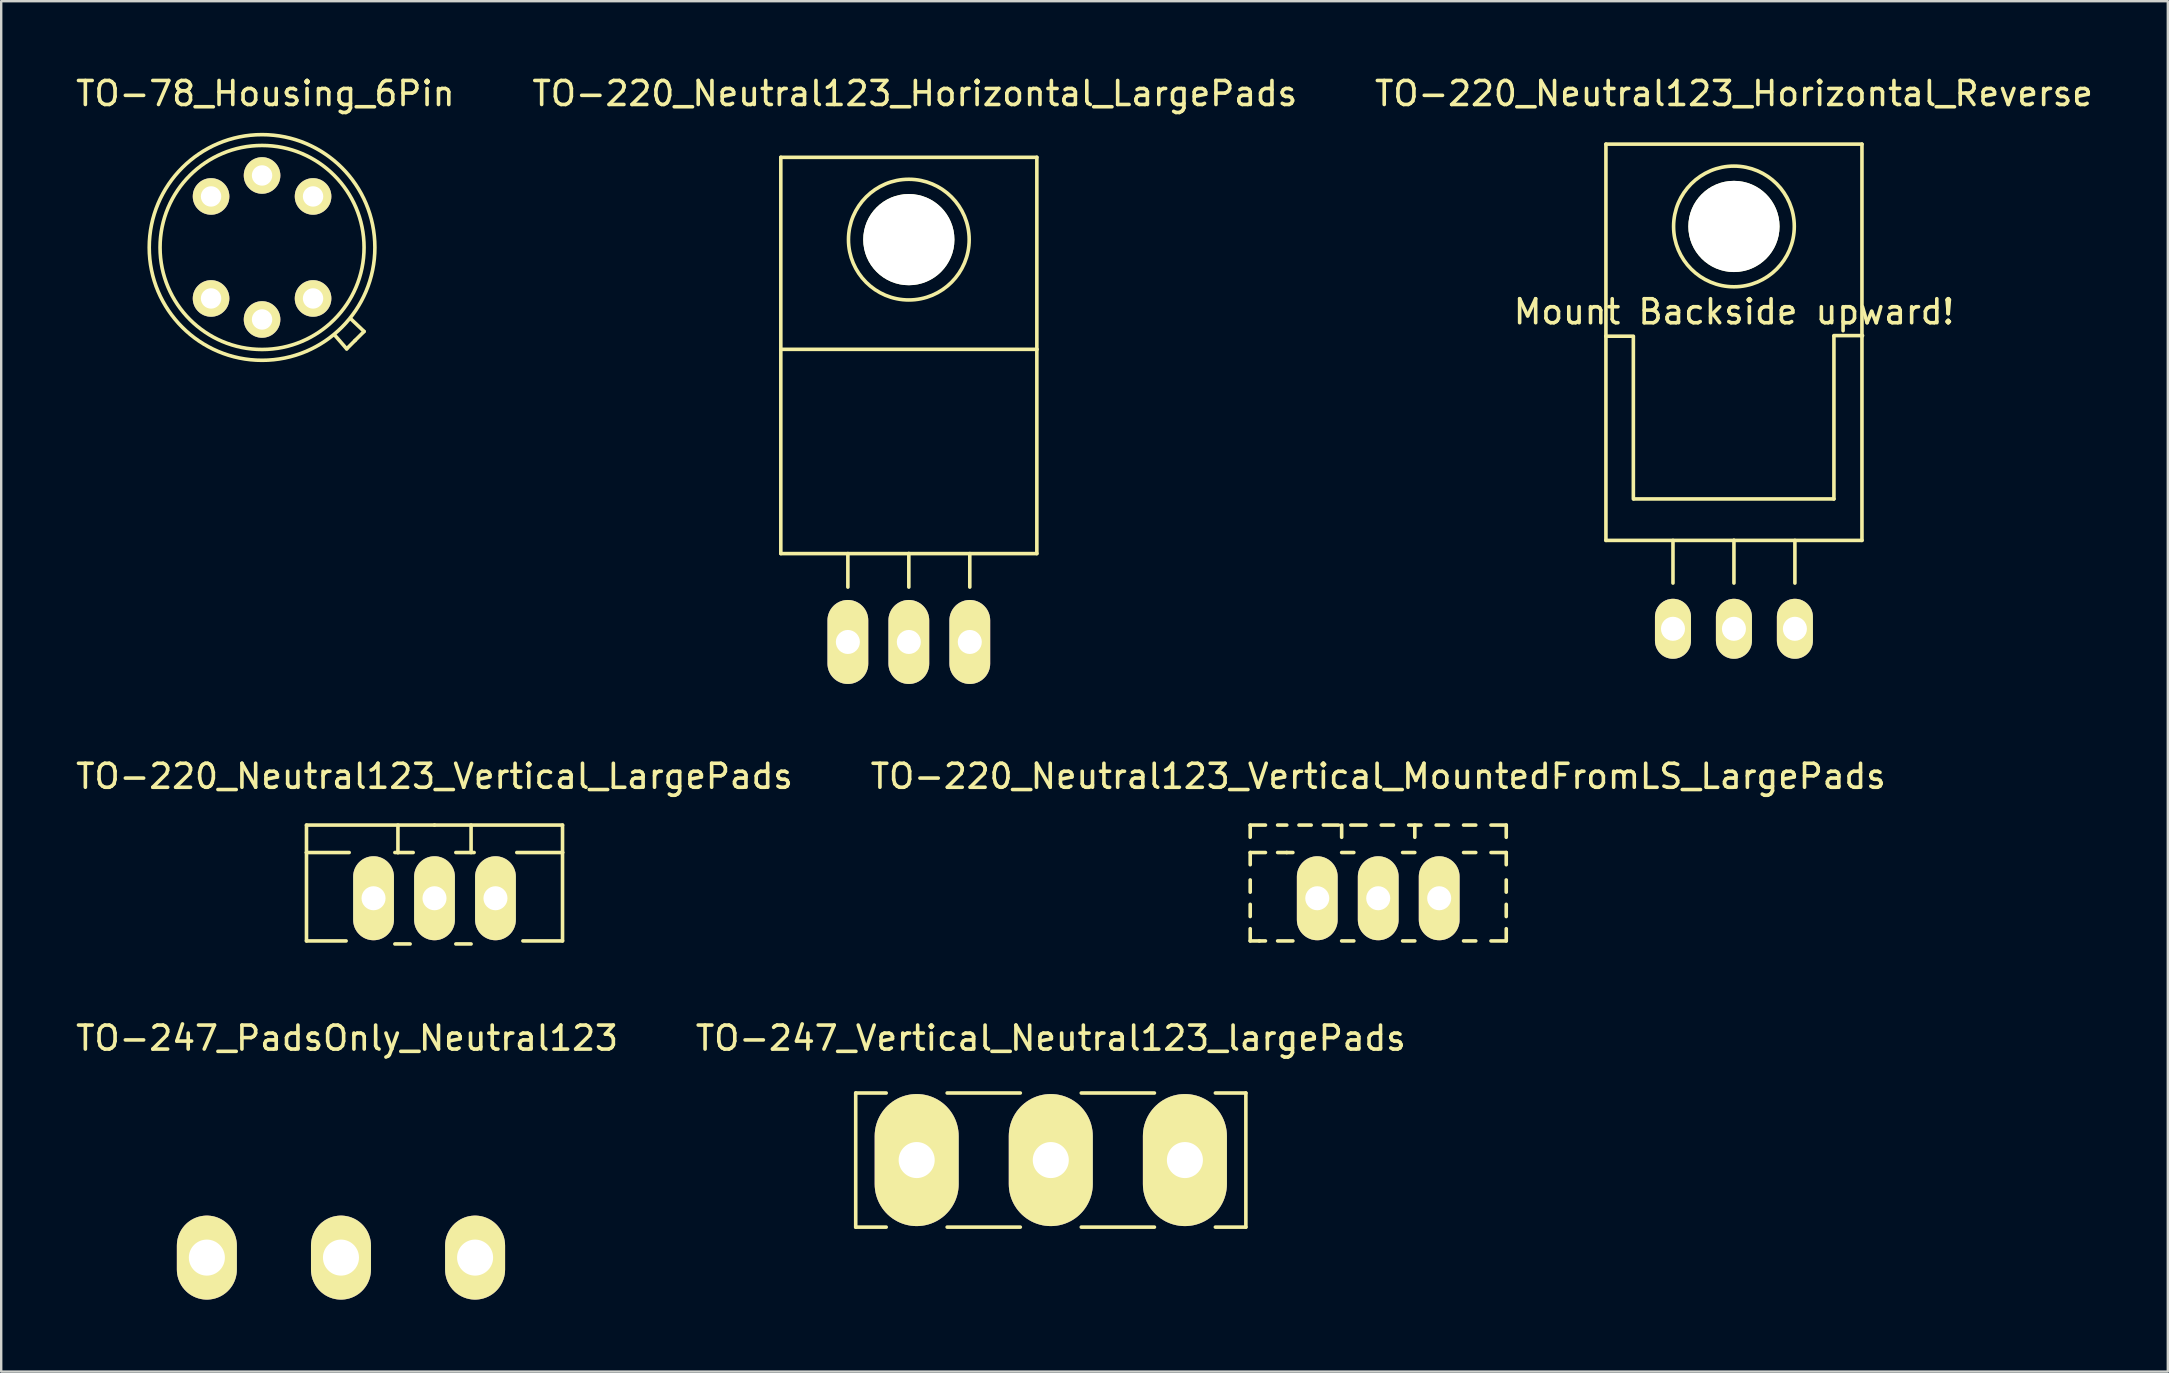
<source format=kicad_pcb>
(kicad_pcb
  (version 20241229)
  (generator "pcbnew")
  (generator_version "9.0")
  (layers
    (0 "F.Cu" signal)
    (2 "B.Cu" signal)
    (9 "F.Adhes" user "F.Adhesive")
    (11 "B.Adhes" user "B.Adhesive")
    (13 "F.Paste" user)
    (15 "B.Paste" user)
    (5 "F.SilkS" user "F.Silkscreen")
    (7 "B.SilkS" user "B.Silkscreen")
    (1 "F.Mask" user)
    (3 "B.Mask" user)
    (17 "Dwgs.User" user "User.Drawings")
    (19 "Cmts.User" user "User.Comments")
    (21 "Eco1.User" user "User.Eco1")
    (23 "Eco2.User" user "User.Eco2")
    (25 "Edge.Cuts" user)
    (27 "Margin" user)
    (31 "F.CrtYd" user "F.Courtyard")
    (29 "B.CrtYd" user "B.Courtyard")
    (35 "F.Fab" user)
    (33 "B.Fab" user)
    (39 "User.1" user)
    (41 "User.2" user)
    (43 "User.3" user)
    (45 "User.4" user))
  (footprint "TO-247_Vertical_Neutral123_largePads"
    (layer "F.Cu")
    (at 40.732 45.285)
    (property "Reference" "TO-247_Vertical_Neutral123_largePads" (at 0 -5.08 0) (layer "F.SilkS") (effects (font (size 1 1) (thickness 0.15))))
    (attr through_hole)
    (fp_line (start -8.128 -2.794) (end -8.128 2.794) (stroke (width 0.15) (type solid)) (layer "F.SilkS"))
    (fp_line (start -6.858 -2.794) (end -8.128 -2.794) (stroke (width 0.15) (type solid)) (layer "F.SilkS"))
    (fp_line (start -6.858 2.794) (end -8.128 2.794) (stroke (width 0.15) (type solid)) (layer "F.SilkS"))
    (fp_line (start -4.318 -2.794) (end -1.27 -2.794) (stroke (width 0.15) (type solid)) (layer "F.SilkS"))
    (fp_line (start -4.318 2.794) (end -1.27 2.794) (stroke (width 0.15) (type solid)) (layer "F.SilkS"))
    (fp_line (start 1.27 -2.794) (end 4.318 -2.794) (stroke (width 0.15) (type solid)) (layer "F.SilkS"))
    (fp_line (start 1.27 2.794) (end 4.318 2.794) (stroke (width 0.15) (type solid)) (layer "F.SilkS"))
    (fp_line (start 6.858 -2.794) (end 8.128 -2.794) (stroke (width 0.15) (type solid)) (layer "F.SilkS"))
    (fp_line (start 6.858 2.794) (end 8.128 2.794) (stroke (width 0.15) (type solid)) (layer "F.SilkS"))
    (fp_line (start 8.128 2.794) (end 8.128 -2.794) (stroke (width 0.15) (type solid)) (layer "F.SilkS"))
    (pad "1" thru_hole oval (at -5.588 0 90) (size 5.502 3.5) (drill 1.501) (layers "*.Cu" "*.Mask" "F.SilkS"))
    (pad "2" thru_hole oval (at 0 0 90) (size 5.502 3.5) (drill 1.501) (layers "*.Cu" "*.Mask" "F.SilkS"))
    (pad "3" thru_hole oval (at 5.588 0 90) (size 5.502 3.5) (drill 1.501) (layers "*.Cu" "*.Mask" "F.SilkS")))
  (footprint "TO-247_PadsOnly_Neutral123"
    (layer "F.Cu")
    (at 11.157 49.349)
    (property "Reference" "TO-247_PadsOnly_Neutral123" (at 0.254 -9.144 0) (layer "F.SilkS") (effects (font (size 1 1) (thickness 0.15))))
    (attr through_hole)
    (pad "1" thru_hole oval (at -5.588 0 90) (size 3.5 2.499) (drill 1.501) (layers "*.Cu" "*.Mask" "F.SilkS"))
    (pad "2" thru_hole oval (at 0 0 90) (size 3.5 2.499) (drill 1.501) (layers "*.Cu" "*.Mask" "F.SilkS"))
    (pad "3" thru_hole oval (at 5.588 0 90) (size 3.5 2.499) (drill 1.501) (layers "*.Cu" "*.Mask" "F.SilkS")))
  (footprint "TO-220_Neutral123_Vertical_MountedFromLS_LargePads"
    (layer "F.Cu")
    (at 54.375 34.376)
    (property "Reference" "TO-220_Neutral123_Vertical_MountedFromLS_LargePads" (at 0 -5.08 0) (layer "F.SilkS") (effects (font (size 1 1) (thickness 0.15))))
    (attr through_hole)
    (fp_line (start -5.334 -3.048) (end -4.699 -3.048) (stroke (width 0.15) (type solid)) (layer "F.SilkS"))
    (fp_line (start -5.334 -2.54) (end -5.334 -3.048) (stroke (width 0.15) (type solid)) (layer "F.SilkS"))
    (fp_line (start -5.334 -1.397) (end -5.334 -1.905) (stroke (width 0.15) (type solid)) (layer "F.SilkS"))
    (fp_line (start -5.334 -0.254) (end -5.334 -0.762) (stroke (width 0.15) (type solid)) (layer "F.SilkS"))
    (fp_line (start -5.334 0.762) (end -5.334 0.254) (stroke (width 0.15) (type solid)) (layer "F.SilkS"))
    (fp_line (start -5.334 1.778) (end -5.334 1.27) (stroke (width 0.15) (type solid)) (layer "F.SilkS"))
    (fp_line (start -5.334 1.778) (end -4.953 1.778) (stroke (width 0.15) (type solid)) (layer "F.SilkS"))
    (fp_line (start -4.953 1.778) (end -4.699 1.778) (stroke (width 0.15) (type solid)) (layer "F.SilkS"))
    (fp_line (start -4.699 -1.905) (end -5.334 -1.905) (stroke (width 0.15) (type solid)) (layer "F.SilkS"))
    (fp_line (start -4.191 -3.048) (end -3.81 -3.048) (stroke (width 0.15) (type solid)) (layer "F.SilkS"))
    (fp_line (start -3.81 -1.905) (end -4.191 -1.905) (stroke (width 0.15) (type solid)) (layer "F.SilkS"))
    (fp_line (start -3.81 -1.905) (end -3.556 -1.905) (stroke (width 0.15) (type solid)) (layer "F.SilkS"))
    (fp_line (start -3.556 1.778) (end -4.191 1.778) (stroke (width 0.15) (type solid)) (layer "F.SilkS"))
    (fp_line (start -3.302 -3.048) (end -2.794 -3.048) (stroke (width 0.15) (type solid)) (layer "F.SilkS"))
    (fp_line (start -2.286 -3.048) (end -1.651 -3.048) (stroke (width 0.15) (type solid)) (layer "F.SilkS"))
    (fp_line (start -1.524 -3.048) (end -1.524 -2.54) (stroke (width 0.15) (type solid)) (layer "F.SilkS"))
    (fp_line (start -1.524 -1.905) (end -1.016 -1.905) (stroke (width 0.15) (type solid)) (layer "F.SilkS"))
    (fp_line (start -1.143 -3.048) (end -0.508 -3.048) (stroke (width 0.15) (type solid)) (layer "F.SilkS"))
    (fp_line (start -1.016 1.778) (end -1.524 1.778) (stroke (width 0.15) (type solid)) (layer "F.SilkS"))
    (fp_line (start 0.127 -3.048) (end 0.635 -3.048) (stroke (width 0.15) (type solid)) (layer "F.SilkS"))
    (fp_line (start 1.016 -1.905) (end 1.524 -1.905) (stroke (width 0.15) (type solid)) (layer "F.SilkS"))
    (fp_line (start 1.27 -3.048) (end 1.778 -3.048) (stroke (width 0.15) (type solid)) (layer "F.SilkS"))
    (fp_line (start 1.524 -3.048) (end 1.524 -2.54) (stroke (width 0.15) (type solid)) (layer "F.SilkS"))
    (fp_line (start 1.524 1.778) (end 1.016 1.778) (stroke (width 0.15) (type solid)) (layer "F.SilkS"))
    (fp_line (start 2.413 -3.048) (end 2.921 -3.048) (stroke (width 0.15) (type solid)) (layer "F.SilkS"))
    (fp_line (start 3.556 -3.048) (end 4.064 -3.048) (stroke (width 0.15) (type solid)) (layer "F.SilkS"))
    (fp_line (start 3.556 -1.905) (end 4.064 -1.905) (stroke (width 0.15) (type solid)) (layer "F.SilkS"))
    (fp_line (start 3.556 1.778) (end 4.064 1.778) (stroke (width 0.15) (type solid)) (layer "F.SilkS"))
    (fp_line (start 4.699 -3.048) (end 5.334 -3.048) (stroke (width 0.15) (type solid)) (layer "F.SilkS"))
    (fp_line (start 4.699 -1.905) (end 5.334 -1.905) (stroke (width 0.15) (type solid)) (layer "F.SilkS"))
    (fp_line (start 4.699 1.778) (end 5.334 1.778) (stroke (width 0.15) (type solid)) (layer "F.SilkS"))
    (fp_line (start 5.334 -3.048) (end 5.334 -2.54) (stroke (width 0.15) (type solid)) (layer "F.SilkS"))
    (fp_line (start 5.334 -1.905) (end 5.334 -1.397) (stroke (width 0.15) (type solid)) (layer "F.SilkS"))
    (fp_line (start 5.334 -0.762) (end 5.334 -0.254) (stroke (width 0.15) (type solid)) (layer "F.SilkS"))
    (fp_line (start 5.334 0.254) (end 5.334 0.762) (stroke (width 0.15) (type solid)) (layer "F.SilkS"))
    (fp_line (start 5.334 1.27) (end 5.334 1.778) (stroke (width 0.15) (type solid)) (layer "F.SilkS"))
    (pad "1" thru_hole oval (at 2.54 0 90) (size 3.5 1.699) (drill 1.001) (layers "*.Cu" "*.Mask" "F.SilkS"))
    (pad "2" thru_hole oval (at 0 0 90) (size 3.5 1.699) (drill 1.001) (layers "*.Cu" "*.Mask" "F.SilkS"))
    (pad "3" thru_hole oval (at -2.54 0 90) (size 3.5 1.699) (drill 1.001) (layers "*.Cu" "*.Mask" "F.SilkS")))
  (footprint "TO-78_Housing_6Pin"
    (layer "F.Cu")
    (at 7.856 7.323)
    (property "Reference" "TO-78_Housing_6Pin" (at 0.15 -6.475 0) (layer "F.SilkS") (effects (font (size 1 1) (thickness 0.15))))
    (attr through_hole)
    (fp_line (start 3.538 4.162) (end 3.038 3.587) (stroke (width 0.15) (type solid)) (layer "F.SilkS"))
    (fp_line (start 3.888 3.812) (end 3.538 4.162) (stroke (width 0.15) (type solid)) (layer "F.SilkS"))
    (fp_line (start 3.888 3.812) (end 4.263 3.438) (stroke (width 0.15) (type solid)) (layer "F.SilkS"))
    (fp_line (start 4.263 3.438) (end 3.712 2.913) (stroke (width 0.15) (type solid)) (layer "F.SilkS"))
    (fp_circle (center 0.013 -0.062) (end 0.013 -4.763) (stroke (width 0.15) (type solid)) (fill no) (layer "F.SilkS"))
    (fp_circle (center 0.013 -0.062) (end 0.013 -4.312) (stroke (width 0.15) (type solid)) (fill no) (layer "F.SilkS"))
    (pad "2" thru_hole circle (at 2.138 -2.188 90) (size 1.524 1.524) (drill 0.85) (layers "*.Cu" "*.Mask" "F.SilkS"))
    (pad "3" thru_hole circle (at 0.013 -3.062 90) (size 1.524 1.524) (drill 0.85) (layers "*.Cu" "*.Mask" "F.SilkS"))
    (pad "4" thru_hole circle (at -2.112 -2.188 90) (size 1.524 1.524) (drill 0.85) (layers "*.Cu" "*.Mask" "F.SilkS"))
    (pad "6" thru_hole circle (at -2.112 2.062 90) (size 1.524 1.524) (drill 0.85) (layers "*.Cu" "*.Mask" "F.SilkS"))
    (pad "7" thru_hole circle (at 0.013 2.938 90) (size 1.524 1.524) (drill 0.85) (layers "*.Cu" "*.Mask" "F.SilkS"))
    (pad "8" thru_hole circle (at 2.138 2.062 90) (size 1.524 1.524) (drill 0.85) (layers "*.Cu" "*.Mask" "F.SilkS")))
  (footprint "TO-220_Neutral123_Horizontal_LargePads"
    (layer "F.Cu")
    (at 34.817 23.698)
    (property "Reference" "TO-220_Neutral123_Horizontal_LargePads" (at 0.249 -22.85 0) (layer "F.SilkS") (effects (font (size 1 1) (thickness 0.15))))
    (attr through_hole)
    (fp_line (start -5.334 -20.193) (end -5.334 -12.192) (stroke (width 0.15) (type solid)) (layer "F.SilkS"))
    (fp_line (start -5.334 -12.192) (end -5.334 -3.683) (stroke (width 0.15) (type solid)) (layer "F.SilkS"))
    (fp_line (start -2.54 -3.683) (end -2.54 -2.286) (stroke (width 0.15) (type solid)) (layer "F.SilkS"))
    (fp_line (start 0 -3.683) (end -5.334 -3.683) (stroke (width 0.15) (type solid)) (layer "F.SilkS"))
    (fp_line (start 0 -3.683) (end 0 -2.286) (stroke (width 0.15) (type solid)) (layer "F.SilkS"))
    (fp_line (start 0 -3.683) (end 5.334 -3.683) (stroke (width 0.15) (type solid)) (layer "F.SilkS"))
    (fp_line (start 2.54 -3.683) (end 2.54 -2.286) (stroke (width 0.15) (type solid)) (layer "F.SilkS"))
    (fp_line (start 5.334 -20.193) (end -5.334 -20.193) (stroke (width 0.15) (type solid)) (layer "F.SilkS"))
    (fp_line (start 5.334 -12.192) (end -5.334 -12.192) (stroke (width 0.15) (type solid)) (layer "F.SilkS"))
    (fp_line (start 5.334 -12.192) (end 5.334 -20.193) (stroke (width 0.15) (type solid)) (layer "F.SilkS"))
    (fp_line (start 5.334 -3.683) (end 5.334 -12.192) (stroke (width 0.15) (type solid)) (layer "F.SilkS"))
    (fp_circle (center 0 -16.764) (end 1.778 -14.986) (stroke (width 0.15) (type solid)) (fill no) (layer "F.SilkS"))
    (pad "" np_thru_hole circle (at 0 -16.764 90) (size 3.8 3.8) (drill 3.8) (layers "*.Cu" "*.Mask" "F.SilkS"))
    (pad "1" thru_hole oval (at -2.54 0 90) (size 3.5 1.699) (drill 1.001) (layers "*.Cu" "*.Mask" "F.SilkS"))
    (pad "2" thru_hole oval (at 0 0 90) (size 3.5 1.699) (drill 1.001) (layers "*.Cu" "*.Mask" "F.SilkS"))
    (pad "3" thru_hole oval (at 2.54 0 90) (size 3.5 1.699) (drill 1.001) (layers "*.Cu" "*.Mask" "F.SilkS")))
  (footprint "TO-220_Neutral123_Vertical_LargePads"
    (layer "F.Cu")
    (at 15.054 34.376)
    (property "Reference" "TO-220_Neutral123_Vertical_LargePads" (at 0 -5.08 0) (layer "F.SilkS") (effects (font (size 1 1) (thickness 0.15))))
    (attr through_hole)
    (fp_line (start -5.334 -1.905) (end -5.334 -3.048) (stroke (width 0.15) (type solid)) (layer "F.SilkS"))
    (fp_line (start -5.334 -1.905) (end -3.556 -1.905) (stroke (width 0.15) (type solid)) (layer "F.SilkS"))
    (fp_line (start -5.334 1.778) (end -5.334 -1.905) (stroke (width 0.15) (type solid)) (layer "F.SilkS"))
    (fp_line (start -5.334 1.778) (end -3.683 1.778) (stroke (width 0.15) (type solid)) (layer "F.SilkS"))
    (fp_line (start -1.524 -3.048) (end -1.524 -1.905) (stroke (width 0.15) (type solid)) (layer "F.SilkS"))
    (fp_line (start -1.524 -1.905) (end -1.651 -1.905) (stroke (width 0.15) (type solid)) (layer "F.SilkS"))
    (fp_line (start -1.524 -1.905) (end -0.889 -1.905) (stroke (width 0.15) (type solid)) (layer "F.SilkS"))
    (fp_line (start -1.016 1.905) (end -1.651 1.905) (stroke (width 0.15) (type solid)) (layer "F.SilkS"))
    (fp_line (start 0 -3.048) (end -5.334 -3.048) (stroke (width 0.15) (type solid)) (layer "F.SilkS"))
    (fp_line (start 0 -3.048) (end 5.334 -3.048) (stroke (width 0.15) (type solid)) (layer "F.SilkS"))
    (fp_line (start 0.889 -1.905) (end 1.651 -1.905) (stroke (width 0.15) (type solid)) (layer "F.SilkS"))
    (fp_line (start 1.524 -3.048) (end 1.524 -1.905) (stroke (width 0.15) (type solid)) (layer "F.SilkS"))
    (fp_line (start 1.524 1.905) (end 0.889 1.905) (stroke (width 0.15) (type solid)) (layer "F.SilkS"))
    (fp_line (start 5.334 -3.048) (end 5.334 -1.905) (stroke (width 0.15) (type solid)) (layer "F.SilkS"))
    (fp_line (start 5.334 -1.905) (end 3.429 -1.905) (stroke (width 0.15) (type solid)) (layer "F.SilkS"))
    (fp_line (start 5.334 -1.905) (end 5.334 1.778) (stroke (width 0.15) (type solid)) (layer "F.SilkS"))
    (fp_line (start 5.334 1.778) (end 3.683 1.778) (stroke (width 0.15) (type solid)) (layer "F.SilkS"))
    (pad "1" thru_hole oval (at -2.54 0 90) (size 3.5 1.699) (drill 1.001) (layers "*.Cu" "*.Mask" "F.SilkS"))
    (pad "2" thru_hole oval (at 0 0 90) (size 3.5 1.699) (drill 1.001) (layers "*.Cu" "*.Mask" "F.SilkS"))
    (pad "3" thru_hole oval (at 2.54 0 90) (size 3.5 1.699) (drill 1.001) (layers "*.Cu" "*.Mask" "F.SilkS")))
  (footprint "TO-220_Neutral123_Horizontal_Reverse"
    (layer "F.Cu")
    (at 69.196 23.149)
    (property "Reference" "TO-220_Neutral123_Horizontal_Reverse" (at 0 -22.301 0) (layer "F.SilkS") (effects (font (size 1 1) (thickness 0.15))))
    (attr through_hole)
    (fp_line (start -5.334 -20.193) (end -5.334 -12.192) (stroke (width 0.15) (type solid)) (layer "F.SilkS"))
    (fp_line (start -5.334 -12.192) (end -5.334 -3.683) (stroke (width 0.15) (type solid)) (layer "F.SilkS"))
    (fp_line (start -4.191 -12.192) (end -5.334 -12.192) (stroke (width 0.15) (type solid)) (layer "F.SilkS"))
    (fp_line (start -4.191 -5.41) (end -4.191 -12.167) (stroke (width 0.15) (type solid)) (layer "F.SilkS"))
    (fp_line (start -2.54 -3.683) (end -2.54 -1.905) (stroke (width 0.15) (type solid)) (layer "F.SilkS"))
    (fp_line (start 0 -3.683) (end -5.334 -3.683) (stroke (width 0.15) (type solid)) (layer "F.SilkS"))
    (fp_line (start 0 -3.683) (end 0 -1.905) (stroke (width 0.15) (type solid)) (layer "F.SilkS"))
    (fp_line (start 0 -3.683) (end 5.334 -3.683) (stroke (width 0.15) (type solid)) (layer "F.SilkS"))
    (fp_line (start 2.54 -3.683) (end 2.54 -1.905) (stroke (width 0.15) (type solid)) (layer "F.SilkS"))
    (fp_line (start 4.166 -12.217) (end 5.359 -12.217) (stroke (width 0.15) (type solid)) (layer "F.SilkS"))
    (fp_line (start 4.166 -12.192) (end 4.166 -5.41) (stroke (width 0.15) (type solid)) (layer "F.SilkS"))
    (fp_line (start 4.166 -5.41) (end -4.166 -5.41) (stroke (width 0.15) (type solid)) (layer "F.SilkS"))
    (fp_line (start 5.334 -20.193) (end -5.334 -20.193) (stroke (width 0.15) (type solid)) (layer "F.SilkS"))
    (fp_line (start 5.334 -12.192) (end 5.334 -20.193) (stroke (width 0.15) (type solid)) (layer "F.SilkS"))
    (fp_line (start 5.334 -3.683) (end 5.334 -12.192) (stroke (width 0.15) (type solid)) (layer "F.SilkS"))
    (fp_circle (center 0 -16.764) (end 1.778 -14.986) (stroke (width 0.15) (type solid)) (fill no) (layer "F.SilkS"))
    (fp_text user "Mount Backside upward!" (at 0 -13.208 0) (layer "F.SilkS") (effects (font (size 1 1) (thickness 0.15))))
    (pad "" np_thru_hole circle (at 0 -16.764 90) (size 3.8 3.8) (drill 3.8) (layers "*.Cu" "*.Mask" "F.SilkS"))
    (pad "1" thru_hole oval (at 2.54 0 90) (size 2.499 1.501) (drill 1.001) (layers "*.Cu" "*.Mask" "F.SilkS"))
    (pad "2" thru_hole oval (at 0 0 90) (size 2.499 1.501) (drill 1.001) (layers "*.Cu" "*.Mask" "F.SilkS"))
    (pad "3" thru_hole oval (at -2.54 0 90) (size 2.499 1.501) (drill 1.001) (layers "*.Cu" "*.Mask" "F.SilkS")))
  (gr_rect
    (start -3 -3)
    (end 87.274 54.099)
    (stroke (width 0.1) (type default))
    (fill no)
    (layer "Edge.Cuts")))
</source>
